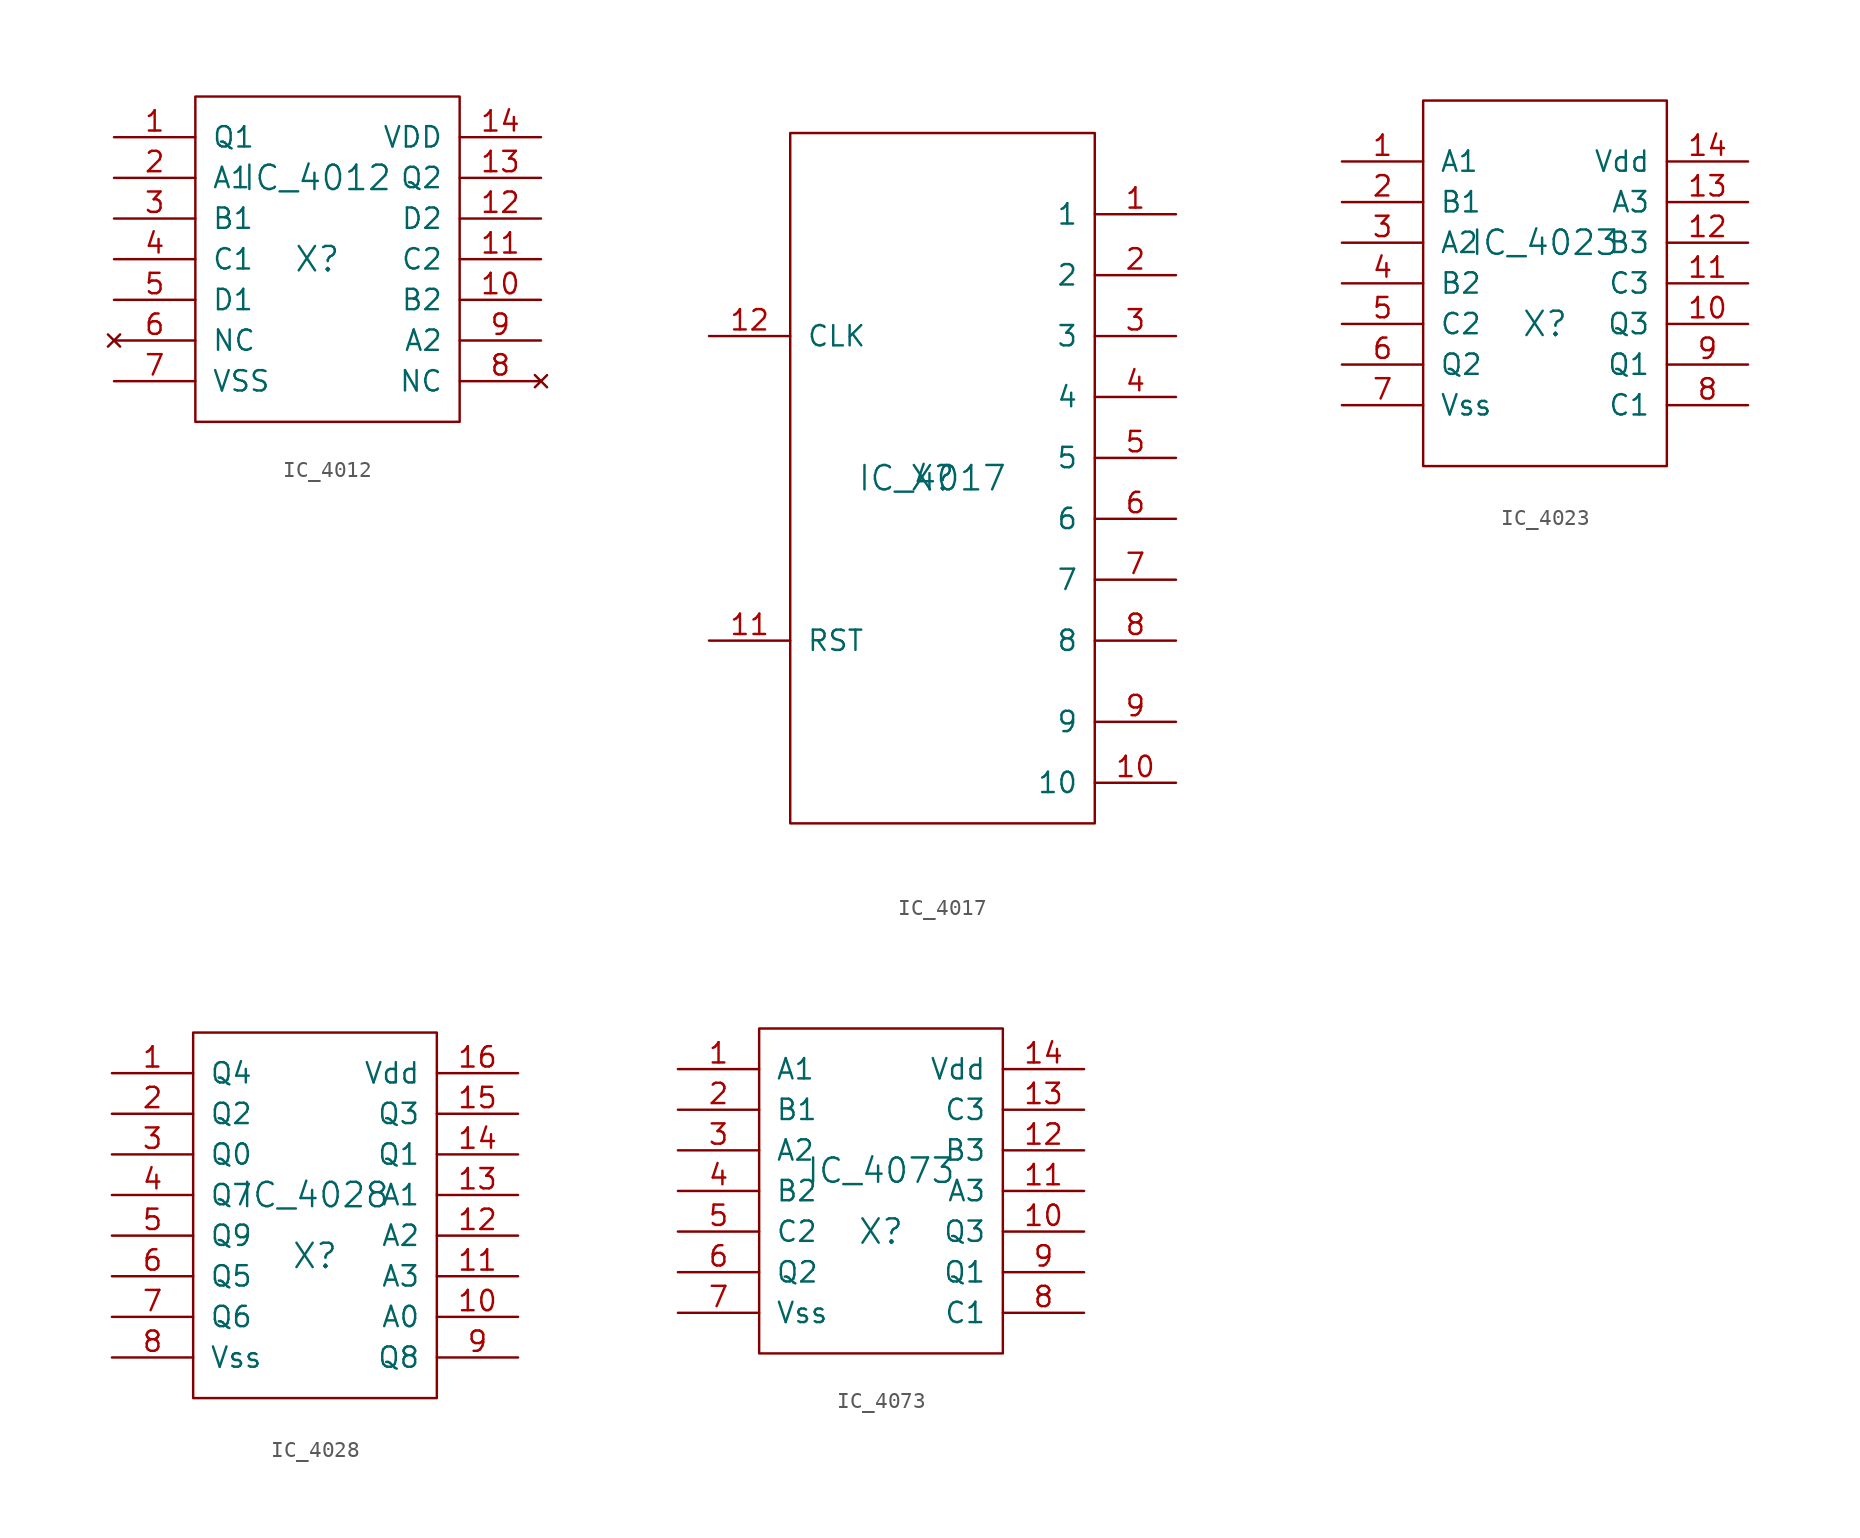
<source format=kicad_sym>
(kicad_symbol_lib
  (version 20211014)
  (generator kicad_symbol_editor)
  (symbol "IC_4012"
    (pin_names
      (offset 1.016))
    (property "Reference" "X"
      (at 0 0 0)
      (effects (font (size 1.524 1.524))))
    (property "Value" "IC_4012"
      (at 0 5.08 0)
      (effects (font (size 1.524 1.524))))
    (property "Footprint" ""
      (at 0 0 0)
      (effects (font (size 1.524 1.524))))
    (property "Datasheet" ""
      (at 0 0 0)
      (effects (font (size 1.524 1.524))))
    (symbol "IC_4012_0_1"
      (rectangle (start -7.62 10.16) (end 8.89 -10.16) (stroke (width 0) (type default) (color 0 0 0 0)) (fill (type none))))
    (symbol "IC_4012_1_1"
      (pin output line (at -12.7 7.62 0) (length 5.08) (name "Q1" (effects (font (size 1.27 1.27)))) (number "1" (effects (font (size 1.27 1.27)))))
      (pin input line (at 13.97 -2.54 180) (length 5.08) (name "B2" (effects (font (size 1.27 1.27)))) (number "10" (effects (font (size 1.27 1.27)))))
      (pin input line (at 13.97 0 180) (length 5.08) (name "C2" (effects (font (size 1.27 1.27)))) (number "11" (effects (font (size 1.27 1.27)))))
      (pin input line (at 13.97 2.54 180) (length 5.08) (name "D2" (effects (font (size 1.27 1.27)))) (number "12" (effects (font (size 1.27 1.27)))))
      (pin output line (at 13.97 5.08 180) (length 5.08) (name "Q2" (effects (font (size 1.27 1.27)))) (number "13" (effects (font (size 1.27 1.27)))))
      (pin input line (at 13.97 7.62 180) (length 5.08) (name "VDD" (effects (font (size 1.27 1.27)))) (number "14" (effects (font (size 1.27 1.27)))))
      (pin input line (at -12.7 5.08 0) (length 5.08) (name "A1" (effects (font (size 1.27 1.27)))) (number "2" (effects (font (size 1.27 1.27)))))
      (pin input line (at -12.7 2.54 0) (length 5.08) (name "B1" (effects (font (size 1.27 1.27)))) (number "3" (effects (font (size 1.27 1.27)))))
      (pin input line (at -12.7 0 0) (length 5.08) (name "C1" (effects (font (size 1.27 1.27)))) (number "4" (effects (font (size 1.27 1.27)))))
      (pin input line (at -12.7 -2.54 0) (length 5.08) (name "D1" (effects (font (size 1.27 1.27)))) (number "5" (effects (font (size 1.27 1.27)))))
      (pin no_connect line (at -12.7 -5.08 0) (length 5.08) (name "NC" (effects (font (size 1.27 1.27)))) (number "6" (effects (font (size 1.27 1.27)))))
      (pin input line (at -12.7 -7.62 0) (length 5.08) (name "VSS" (effects (font (size 1.27 1.27)))) (number "7" (effects (font (size 1.27 1.27)))))
      (pin no_connect line (at 13.97 -7.62 180) (length 5.08) (name "NC" (effects (font (size 1.27 1.27)))) (number "8" (effects (font (size 1.27 1.27)))))
      (pin input line (at 13.97 -5.08 180) (length 5.08) (name "A2" (effects (font (size 1.27 1.27)))) (number "9" (effects (font (size 1.27 1.27)))))))
  (symbol "IC_4017"
    (pin_names
      (offset 1.016))
    (property "Reference" "X"
      (at 0 0 0)
      (effects (font (size 1.524 1.524))))
    (property "Value" "IC_4017"
      (at 0 0 0)
      (effects (font (size 1.524 1.524))))
    (property "Footprint" ""
      (at 0 0 0)
      (effects (font (size 1.524 1.524))))
    (property "Datasheet" ""
      (at 0 0 0)
      (effects (font (size 1.524 1.524))))
    (symbol "IC_4017_0_1"
      (rectangle (start -8.89 21.59) (end 10.16 -21.59) (stroke (width 0) (type default) (color 0 0 0 0)) (fill (type none))))
    (symbol "IC_4017_1_1"
      (pin output line (at 15.24 16.51 180) (length 5.08) (name "1" (effects (font (size 1.27 1.27)))) (number "1" (effects (font (size 1.27 1.27)))))
      (pin output line (at 15.24 -19.05 180) (length 5.08) (name "10" (effects (font (size 1.27 1.27)))) (number "10" (effects (font (size 1.27 1.27)))))
      (pin input line (at -13.97 -10.16 0) (length 5.08) (name "RST" (effects (font (size 1.27 1.27)))) (number "11" (effects (font (size 1.27 1.27)))))
      (pin input line (at -13.97 8.89 0) (length 5.08) (name "CLK" (effects (font (size 1.27 1.27)))) (number "12" (effects (font (size 1.27 1.27)))))
      (pin output line (at 15.24 12.7 180) (length 5.08) (name "2" (effects (font (size 1.27 1.27)))) (number "2" (effects (font (size 1.27 1.27)))))
      (pin output line (at 15.24 8.89 180) (length 5.08) (name "3" (effects (font (size 1.27 1.27)))) (number "3" (effects (font (size 1.27 1.27)))))
      (pin output line (at 15.24 5.08 180) (length 5.08) (name "4" (effects (font (size 1.27 1.27)))) (number "4" (effects (font (size 1.27 1.27)))))
      (pin output line (at 15.24 1.27 180) (length 5.08) (name "5" (effects (font (size 1.27 1.27)))) (number "5" (effects (font (size 1.27 1.27)))))
      (pin output line (at 15.24 -2.54 180) (length 5.08) (name "6" (effects (font (size 1.27 1.27)))) (number "6" (effects (font (size 1.27 1.27)))))
      (pin output line (at 15.24 -6.35 180) (length 5.08) (name "7" (effects (font (size 1.27 1.27)))) (number "7" (effects (font (size 1.27 1.27)))))
      (pin output line (at 15.24 -10.16 180) (length 5.08) (name "8" (effects (font (size 1.27 1.27)))) (number "8" (effects (font (size 1.27 1.27)))))
      (pin output line (at 15.24 -15.24 180) (length 5.08) (name "9" (effects (font (size 1.27 1.27)))) (number "9" (effects (font (size 1.27 1.27)))))))
  (symbol "IC_4023"
    (pin_names
      (offset 1.016))
    (property "Reference" "X"
      (at 0 -2.54 0)
      (effects (font (size 1.524 1.524))))
    (property "Value" "IC_4023"
      (at 0 2.54 0)
      (effects (font (size 1.524 1.524))))
    (property "Footprint" ""
      (at 0 0 0)
      (effects (font (size 1.524 1.524))))
    (property "Datasheet" ""
      (at 0 0 0)
      (effects (font (size 1.524 1.524))))
    (symbol "IC_4023_0_1"
      (rectangle (start -7.62 11.43) (end 7.62 -11.43) (stroke (width 0) (type default) (color 0 0 0 0)) (fill (type none))))
    (symbol "IC_4023_1_1"
      (pin input line (at -12.7 7.62 0) (length 5.08) (name "A1" (effects (font (size 1.27 1.27)))) (number "1" (effects (font (size 1.27 1.27)))))
      (pin output line (at 12.7 -2.54 180) (length 5.08) (name "Q3" (effects (font (size 1.27 1.27)))) (number "10" (effects (font (size 1.27 1.27)))))
      (pin input line (at 12.7 0 180) (length 5.08) (name "C3" (effects (font (size 1.27 1.27)))) (number "11" (effects (font (size 1.27 1.27)))))
      (pin input line (at 12.7 2.54 180) (length 5.08) (name "B3" (effects (font (size 1.27 1.27)))) (number "12" (effects (font (size 1.27 1.27)))))
      (pin input line (at 12.7 5.08 180) (length 5.08) (name "A3" (effects (font (size 1.27 1.27)))) (number "13" (effects (font (size 1.27 1.27)))))
      (pin input line (at 12.7 7.62 180) (length 5.08) (name "Vdd" (effects (font (size 1.27 1.27)))) (number "14" (effects (font (size 1.27 1.27)))))
      (pin input line (at -12.7 5.08 0) (length 5.08) (name "B1" (effects (font (size 1.27 1.27)))) (number "2" (effects (font (size 1.27 1.27)))))
      (pin input line (at -12.7 2.54 0) (length 5.08) (name "A2" (effects (font (size 1.27 1.27)))) (number "3" (effects (font (size 1.27 1.27)))))
      (pin input line (at -12.7 0 0) (length 5.08) (name "B2" (effects (font (size 1.27 1.27)))) (number "4" (effects (font (size 1.27 1.27)))))
      (pin input line (at -12.7 -2.54 0) (length 5.08) (name "C2" (effects (font (size 1.27 1.27)))) (number "5" (effects (font (size 1.27 1.27)))))
      (pin output line (at -12.7 -5.08 0) (length 5.08) (name "Q2" (effects (font (size 1.27 1.27)))) (number "6" (effects (font (size 1.27 1.27)))))
      (pin input line (at -12.7 -7.62 0) (length 5.08) (name "Vss" (effects (font (size 1.27 1.27)))) (number "7" (effects (font (size 1.27 1.27)))))
      (pin input line (at 12.7 -7.62 180) (length 5.08) (name "C1" (effects (font (size 1.27 1.27)))) (number "8" (effects (font (size 1.27 1.27)))))
      (pin output line (at 12.7 -5.08 180) (length 5.08) (name "Q1" (effects (font (size 1.27 1.27)))) (number "9" (effects (font (size 1.27 1.27)))))))
  (symbol "IC_4028"
    (pin_names
      (offset 1.016))
    (property "Reference" "X"
      (at 0 -2.54 0)
      (effects (font (size 1.524 1.524))))
    (property "Value" "IC_4028"
      (at 0 1.27 0)
      (effects (font (size 1.524 1.524))))
    (property "Footprint" ""
      (at 0 0 0)
      (effects (font (size 1.524 1.524))))
    (property "Datasheet" ""
      (at 0 0 0)
      (effects (font (size 1.524 1.524))))
    (symbol "IC_4028_0_1"
      (rectangle (start -7.62 11.43) (end 7.62 -11.43) (stroke (width 0) (type default) (color 0 0 0 0)) (fill (type none))))
    (symbol "IC_4028_1_1"
      (pin output line (at -12.7 8.89 0) (length 5.08) (name "Q4" (effects (font (size 1.27 1.27)))) (number "1" (effects (font (size 1.27 1.27)))))
      (pin input line (at 12.7 -6.35 180) (length 5.08) (name "A0" (effects (font (size 1.27 1.27)))) (number "10" (effects (font (size 1.27 1.27)))))
      (pin input line (at 12.7 -3.81 180) (length 5.08) (name "A3" (effects (font (size 1.27 1.27)))) (number "11" (effects (font (size 1.27 1.27)))))
      (pin input line (at 12.7 -1.27 180) (length 5.08) (name "A2" (effects (font (size 1.27 1.27)))) (number "12" (effects (font (size 1.27 1.27)))))
      (pin input line (at 12.7 1.27 180) (length 5.08) (name "A1" (effects (font (size 1.27 1.27)))) (number "13" (effects (font (size 1.27 1.27)))))
      (pin output line (at 12.7 3.81 180) (length 5.08) (name "Q1" (effects (font (size 1.27 1.27)))) (number "14" (effects (font (size 1.27 1.27)))))
      (pin output line (at 12.7 6.35 180) (length 5.08) (name "Q3" (effects (font (size 1.27 1.27)))) (number "15" (effects (font (size 1.27 1.27)))))
      (pin output line (at 12.7 8.89 180) (length 5.08) (name "Vdd" (effects (font (size 1.27 1.27)))) (number "16" (effects (font (size 1.27 1.27)))))
      (pin output line (at -12.7 6.35 0) (length 5.08) (name "Q2" (effects (font (size 1.27 1.27)))) (number "2" (effects (font (size 1.27 1.27)))))
      (pin output line (at -12.7 3.81 0) (length 5.08) (name "Q0" (effects (font (size 1.27 1.27)))) (number "3" (effects (font (size 1.27 1.27)))))
      (pin output line (at -12.7 1.27 0) (length 5.08) (name "Q7" (effects (font (size 1.27 1.27)))) (number "4" (effects (font (size 1.27 1.27)))))
      (pin output line (at -12.7 -1.27 0) (length 5.08) (name "Q9" (effects (font (size 1.27 1.27)))) (number "5" (effects (font (size 1.27 1.27)))))
      (pin output line (at -12.7 -3.81 0) (length 5.08) (name "Q5" (effects (font (size 1.27 1.27)))) (number "6" (effects (font (size 1.27 1.27)))))
      (pin output line (at -12.7 -6.35 0) (length 5.08) (name "Q6" (effects (font (size 1.27 1.27)))) (number "7" (effects (font (size 1.27 1.27)))))
      (pin input line (at -12.7 -8.89 0) (length 5.08) (name "Vss" (effects (font (size 1.27 1.27)))) (number "8" (effects (font (size 1.27 1.27)))))
      (pin output line (at 12.7 -8.89 180) (length 5.08) (name "Q8" (effects (font (size 1.27 1.27)))) (number "9" (effects (font (size 1.27 1.27)))))))
  (symbol "IC_4073"
    (pin_names
      (offset 1.016))
    (property "Reference" "X"
      (at 0 -2.54 0)
      (effects (font (size 1.524 1.524))))
    (property "Value" "IC_4073"
      (at 0 1.27 0)
      (effects (font (size 1.524 1.524))))
    (property "Footprint" ""
      (at 0 0 0)
      (effects (font (size 1.524 1.524))))
    (property "Datasheet" ""
      (at 0 0 0)
      (effects (font (size 1.524 1.524))))
    (symbol "IC_4073_0_1"
      (rectangle (start -7.62 10.16) (end 7.62 -10.16) (stroke (width 0) (type default) (color 0 0 0 0)) (fill (type none))))
    (symbol "IC_4073_1_1"
      (pin input line (at -12.7 7.62 0) (length 5.08) (name "A1" (effects (font (size 1.27 1.27)))) (number "1" (effects (font (size 1.27 1.27)))))
      (pin output line (at 12.7 -2.54 180) (length 5.08) (name "Q3" (effects (font (size 1.27 1.27)))) (number "10" (effects (font (size 1.27 1.27)))))
      (pin input line (at 12.7 0 180) (length 5.08) (name "A3" (effects (font (size 1.27 1.27)))) (number "11" (effects (font (size 1.27 1.27)))))
      (pin input line (at 12.7 2.54 180) (length 5.08) (name "B3" (effects (font (size 1.27 1.27)))) (number "12" (effects (font (size 1.27 1.27)))))
      (pin input line (at 12.7 5.08 180) (length 5.08) (name "C3" (effects (font (size 1.27 1.27)))) (number "13" (effects (font (size 1.27 1.27)))))
      (pin input line (at 12.7 7.62 180) (length 5.08) (name "Vdd" (effects (font (size 1.27 1.27)))) (number "14" (effects (font (size 1.27 1.27)))))
      (pin input line (at -12.7 5.08 0) (length 5.08) (name "B1" (effects (font (size 1.27 1.27)))) (number "2" (effects (font (size 1.27 1.27)))))
      (pin input line (at -12.7 2.54 0) (length 5.08) (name "A2" (effects (font (size 1.27 1.27)))) (number "3" (effects (font (size 1.27 1.27)))))
      (pin input line (at -12.7 0 0) (length 5.08) (name "B2" (effects (font (size 1.27 1.27)))) (number "4" (effects (font (size 1.27 1.27)))))
      (pin input line (at -12.7 -2.54 0) (length 5.08) (name "C2" (effects (font (size 1.27 1.27)))) (number "5" (effects (font (size 1.27 1.27)))))
      (pin output line (at -12.7 -5.08 0) (length 5.08) (name "Q2" (effects (font (size 1.27 1.27)))) (number "6" (effects (font (size 1.27 1.27)))))
      (pin input line (at -12.7 -7.62 0) (length 5.08) (name "Vss" (effects (font (size 1.27 1.27)))) (number "7" (effects (font (size 1.27 1.27)))))
      (pin input line (at 12.7 -7.62 180) (length 5.08) (name "C1" (effects (font (size 1.27 1.27)))) (number "8" (effects (font (size 1.27 1.27)))))
      (pin output line (at 12.7 -5.08 180) (length 5.08) (name "Q1" (effects (font (size 1.27 1.27)))) (number "9" (effects (font (size 1.27 1.27))))))))
</source>
